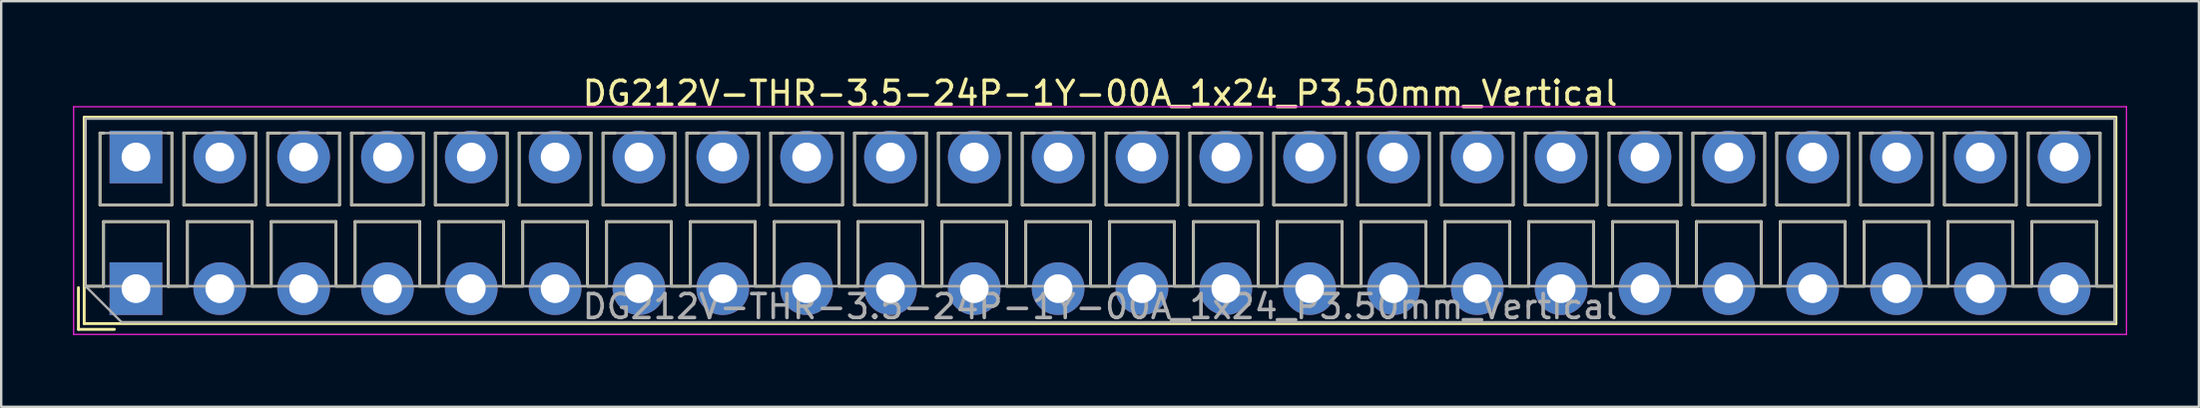
<source format=kicad_pcb>
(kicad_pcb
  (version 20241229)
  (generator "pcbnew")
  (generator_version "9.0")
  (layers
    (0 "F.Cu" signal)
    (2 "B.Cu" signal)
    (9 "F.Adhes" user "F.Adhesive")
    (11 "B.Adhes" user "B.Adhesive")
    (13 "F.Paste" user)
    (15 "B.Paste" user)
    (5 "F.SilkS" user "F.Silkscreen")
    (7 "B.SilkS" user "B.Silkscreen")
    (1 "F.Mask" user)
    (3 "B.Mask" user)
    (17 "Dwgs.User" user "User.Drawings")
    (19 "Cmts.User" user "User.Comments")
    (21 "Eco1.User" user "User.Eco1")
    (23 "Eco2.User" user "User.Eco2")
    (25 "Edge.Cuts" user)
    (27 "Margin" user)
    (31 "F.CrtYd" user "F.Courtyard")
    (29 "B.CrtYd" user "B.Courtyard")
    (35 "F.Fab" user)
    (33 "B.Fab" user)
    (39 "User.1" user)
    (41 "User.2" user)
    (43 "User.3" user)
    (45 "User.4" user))
  (footprint "DG212V-THR-3.5-24P-1Y-00A_1x24_P3.50mm_Vertical"
    (layer "F.Cu")
    (at 2.625 9.008)
    (property "Reference" "DG212V-THR-3.5-24P-1Y-00A_1x24_P3.50mm_Vertical" (at 40.25 -8.16 0) (layer "F.SilkS") (effects (font (size 1 1) (thickness 0.15))))
    (attr through_hole)
    (fp_line (start -2.4 -0.04) (end -2.4 1.7) (stroke (width 0.12) (type solid)) (layer "F.SilkS"))
    (fp_line (start -2.4 1.7) (end -0.9 1.7) (stroke (width 0.12) (type solid)) (layer "F.SilkS"))
    (fp_line (start -2.16 -7.16) (end -2.16 1.46) (stroke (width 0.12) (type solid)) (layer "F.SilkS"))
    (fp_line (start -2.16 -7.16) (end 82.661 -7.16) (stroke (width 0.12) (type solid)) (layer "F.SilkS"))
    (fp_line (start -2.16 -0.1) (end -1.34 -0.1) (stroke (width 0.12) (type solid)) (layer "F.SilkS"))
    (fp_line (start -2.16 1.46) (end 82.661 1.46) (stroke (width 0.12) (type solid)) (layer "F.SilkS"))
    (fp_line (start -1.5 -6.5) (end -1.5 -3.5) (stroke (width 0.12) (type solid)) (layer "F.SilkS"))
    (fp_line (start -1.5 -6.5) (end -1.34 -6.5) (stroke (width 0.12) (type solid)) (layer "F.SilkS"))
    (fp_line (start -1.5 -3.5) (end 1.5 -3.5) (stroke (width 0.12) (type solid)) (layer "F.SilkS"))
    (fp_line (start -1.35 -2.8) (end -1.35 -0.1) (stroke (width 0.12) (type solid)) (layer "F.SilkS"))
    (fp_line (start -1.35 -2.8) (end 1.35 -2.8) (stroke (width 0.12) (type solid)) (layer "F.SilkS"))
    (fp_line (start -1.35 -0.1) (end -1.34 -0.1) (stroke (width 0.12) (type solid)) (layer "F.SilkS"))
    (fp_line (start 1.34 -6.5) (end 1.5 -6.5) (stroke (width 0.12) (type solid)) (layer "F.SilkS"))
    (fp_line (start 1.34 -0.1) (end 1.35 -0.1) (stroke (width 0.12) (type solid)) (layer "F.SilkS"))
    (fp_line (start 1.34 -0.1) (end 2.148 -0.1) (stroke (width 0.12) (type solid)) (layer "F.SilkS"))
    (fp_line (start 1.35 -2.8) (end 1.35 -0.1) (stroke (width 0.12) (type solid)) (layer "F.SilkS"))
    (fp_line (start 1.5 -6.5) (end 1.5 -3.5) (stroke (width 0.12) (type solid)) (layer "F.SilkS"))
    (fp_line (start 2 -6.5) (end 2 -3.5) (stroke (width 0.12) (type solid)) (layer "F.SilkS"))
    (fp_line (start 2 -6.5) (end 2.512 -6.5) (stroke (width 0.12) (type solid)) (layer "F.SilkS"))
    (fp_line (start 2 -3.5) (end 5 -3.5) (stroke (width 0.12) (type solid)) (layer "F.SilkS"))
    (fp_line (start 2.15 -2.8) (end 2.15 -0.183) (stroke (width 0.12) (type solid)) (layer "F.SilkS"))
    (fp_line (start 2.15 -2.8) (end 4.85 -2.8) (stroke (width 0.12) (type solid)) (layer "F.SilkS"))
    (fp_line (start 4.489 -6.5) (end 5 -6.5) (stroke (width 0.12) (type solid)) (layer "F.SilkS"))
    (fp_line (start 4.85 -2.8) (end 4.85 -0.183) (stroke (width 0.12) (type solid)) (layer "F.SilkS"))
    (fp_line (start 4.853 -0.1) (end 5.648 -0.1) (stroke (width 0.12) (type solid)) (layer "F.SilkS"))
    (fp_line (start 5 -6.5) (end 5 -3.5) (stroke (width 0.12) (type solid)) (layer "F.SilkS"))
    (fp_line (start 5.5 -6.5) (end 5.5 -3.5) (stroke (width 0.12) (type solid)) (layer "F.SilkS"))
    (fp_line (start 5.5 -6.5) (end 6.012 -6.5) (stroke (width 0.12) (type solid)) (layer "F.SilkS"))
    (fp_line (start 5.5 -3.5) (end 8.5 -3.5) (stroke (width 0.12) (type solid)) (layer "F.SilkS"))
    (fp_line (start 5.65 -2.8) (end 5.65 -0.183) (stroke (width 0.12) (type solid)) (layer "F.SilkS"))
    (fp_line (start 5.65 -2.8) (end 8.351 -2.8) (stroke (width 0.12) (type solid)) (layer "F.SilkS"))
    (fp_line (start 7.989 -6.5) (end 8.5 -6.5) (stroke (width 0.12) (type solid)) (layer "F.SilkS"))
    (fp_line (start 8.351 -2.8) (end 8.351 -0.183) (stroke (width 0.12) (type solid)) (layer "F.SilkS"))
    (fp_line (start 8.353 -0.1) (end 9.148 -0.1) (stroke (width 0.12) (type solid)) (layer "F.SilkS"))
    (fp_line (start 8.5 -6.5) (end 8.5 -3.5) (stroke (width 0.12) (type solid)) (layer "F.SilkS"))
    (fp_line (start 9 -6.5) (end 9 -3.5) (stroke (width 0.12) (type solid)) (layer "F.SilkS"))
    (fp_line (start 9 -6.5) (end 9.512 -6.5) (stroke (width 0.12) (type solid)) (layer "F.SilkS"))
    (fp_line (start 9 -3.5) (end 12 -3.5) (stroke (width 0.12) (type solid)) (layer "F.SilkS"))
    (fp_line (start 9.15 -2.8) (end 9.15 -0.183) (stroke (width 0.12) (type solid)) (layer "F.SilkS"))
    (fp_line (start 9.15 -2.8) (end 11.851 -2.8) (stroke (width 0.12) (type solid)) (layer "F.SilkS"))
    (fp_line (start 11.489 -6.5) (end 12 -6.5) (stroke (width 0.12) (type solid)) (layer "F.SilkS"))
    (fp_line (start 11.851 -2.8) (end 11.851 -0.183) (stroke (width 0.12) (type solid)) (layer "F.SilkS"))
    (fp_line (start 11.853 -0.1) (end 12.648 -0.1) (stroke (width 0.12) (type solid)) (layer "F.SilkS"))
    (fp_line (start 12 -6.5) (end 12 -3.5) (stroke (width 0.12) (type solid)) (layer "F.SilkS"))
    (fp_line (start 12.5 -6.5) (end 12.5 -3.5) (stroke (width 0.12) (type solid)) (layer "F.SilkS"))
    (fp_line (start 12.5 -6.5) (end 13.012 -6.5) (stroke (width 0.12) (type solid)) (layer "F.SilkS"))
    (fp_line (start 12.5 -3.5) (end 15.5 -3.5) (stroke (width 0.12) (type solid)) (layer "F.SilkS"))
    (fp_line (start 12.65 -2.8) (end 12.65 -0.183) (stroke (width 0.12) (type solid)) (layer "F.SilkS"))
    (fp_line (start 12.65 -2.8) (end 15.351 -2.8) (stroke (width 0.12) (type solid)) (layer "F.SilkS"))
    (fp_line (start 14.989 -6.5) (end 15.5 -6.5) (stroke (width 0.12) (type solid)) (layer "F.SilkS"))
    (fp_line (start 15.351 -2.8) (end 15.351 -0.183) (stroke (width 0.12) (type solid)) (layer "F.SilkS"))
    (fp_line (start 15.353 -0.1) (end 16.148 -0.1) (stroke (width 0.12) (type solid)) (layer "F.SilkS"))
    (fp_line (start 15.5 -6.5) (end 15.5 -3.5) (stroke (width 0.12) (type solid)) (layer "F.SilkS"))
    (fp_line (start 16 -6.5) (end 16 -3.5) (stroke (width 0.12) (type solid)) (layer "F.SilkS"))
    (fp_line (start 16 -6.5) (end 16.512 -6.5) (stroke (width 0.12) (type solid)) (layer "F.SilkS"))
    (fp_line (start 16 -3.5) (end 19 -3.5) (stroke (width 0.12) (type solid)) (layer "F.SilkS"))
    (fp_line (start 16.15 -2.8) (end 16.15 -0.183) (stroke (width 0.12) (type solid)) (layer "F.SilkS"))
    (fp_line (start 16.15 -2.8) (end 18.85 -2.8) (stroke (width 0.12) (type solid)) (layer "F.SilkS"))
    (fp_line (start 18.489 -6.5) (end 19 -6.5) (stroke (width 0.12) (type solid)) (layer "F.SilkS"))
    (fp_line (start 18.85 -2.8) (end 18.85 -0.183) (stroke (width 0.12) (type solid)) (layer "F.SilkS"))
    (fp_line (start 18.853 -0.1) (end 19.648 -0.1) (stroke (width 0.12) (type solid)) (layer "F.SilkS"))
    (fp_line (start 19 -6.5) (end 19 -3.5) (stroke (width 0.12) (type solid)) (layer "F.SilkS"))
    (fp_line (start 19.5 -6.5) (end 19.5 -3.5) (stroke (width 0.12) (type solid)) (layer "F.SilkS"))
    (fp_line (start 19.5 -6.5) (end 20.012 -6.5) (stroke (width 0.12) (type solid)) (layer "F.SilkS"))
    (fp_line (start 19.5 -3.5) (end 22.5 -3.5) (stroke (width 0.12) (type solid)) (layer "F.SilkS"))
    (fp_line (start 19.65 -2.8) (end 19.65 -0.183) (stroke (width 0.12) (type solid)) (layer "F.SilkS"))
    (fp_line (start 19.65 -2.8) (end 22.35 -2.8) (stroke (width 0.12) (type solid)) (layer "F.SilkS"))
    (fp_line (start 21.989 -6.5) (end 22.5 -6.5) (stroke (width 0.12) (type solid)) (layer "F.SilkS"))
    (fp_line (start 22.35 -2.8) (end 22.35 -0.183) (stroke (width 0.12) (type solid)) (layer "F.SilkS"))
    (fp_line (start 22.353 -0.1) (end 23.148 -0.1) (stroke (width 0.12) (type solid)) (layer "F.SilkS"))
    (fp_line (start 22.5 -6.5) (end 22.5 -3.5) (stroke (width 0.12) (type solid)) (layer "F.SilkS"))
    (fp_line (start 23 -6.5) (end 23 -3.5) (stroke (width 0.12) (type solid)) (layer "F.SilkS"))
    (fp_line (start 23 -6.5) (end 23.512 -6.5) (stroke (width 0.12) (type solid)) (layer "F.SilkS"))
    (fp_line (start 23 -3.5) (end 26 -3.5) (stroke (width 0.12) (type solid)) (layer "F.SilkS"))
    (fp_line (start 23.15 -2.8) (end 23.15 -0.183) (stroke (width 0.12) (type solid)) (layer "F.SilkS"))
    (fp_line (start 23.15 -2.8) (end 25.85 -2.8) (stroke (width 0.12) (type solid)) (layer "F.SilkS"))
    (fp_line (start 25.489 -6.5) (end 26 -6.5) (stroke (width 0.12) (type solid)) (layer "F.SilkS"))
    (fp_line (start 25.85 -2.8) (end 25.85 -0.183) (stroke (width 0.12) (type solid)) (layer "F.SilkS"))
    (fp_line (start 25.853 -0.1) (end 26.648 -0.1) (stroke (width 0.12) (type solid)) (layer "F.SilkS"))
    (fp_line (start 26 -6.5) (end 26 -3.5) (stroke (width 0.12) (type solid)) (layer "F.SilkS"))
    (fp_line (start 26.5 -6.5) (end 26.5 -3.5) (stroke (width 0.12) (type solid)) (layer "F.SilkS"))
    (fp_line (start 26.5 -6.5) (end 27.012 -6.5) (stroke (width 0.12) (type solid)) (layer "F.SilkS"))
    (fp_line (start 26.5 -3.5) (end 29.5 -3.5) (stroke (width 0.12) (type solid)) (layer "F.SilkS"))
    (fp_line (start 26.65 -2.8) (end 26.65 -0.183) (stroke (width 0.12) (type solid)) (layer "F.SilkS"))
    (fp_line (start 26.65 -2.8) (end 29.35 -2.8) (stroke (width 0.12) (type solid)) (layer "F.SilkS"))
    (fp_line (start 28.989 -6.5) (end 29.5 -6.5) (stroke (width 0.12) (type solid)) (layer "F.SilkS"))
    (fp_line (start 29.35 -2.8) (end 29.35 -0.183) (stroke (width 0.12) (type solid)) (layer "F.SilkS"))
    (fp_line (start 29.353 -0.1) (end 30.148 -0.1) (stroke (width 0.12) (type solid)) (layer "F.SilkS"))
    (fp_line (start 29.5 -6.5) (end 29.5 -3.5) (stroke (width 0.12) (type solid)) (layer "F.SilkS"))
    (fp_line (start 30 -6.5) (end 30 -3.5) (stroke (width 0.12) (type solid)) (layer "F.SilkS"))
    (fp_line (start 30 -6.5) (end 30.512 -6.5) (stroke (width 0.12) (type solid)) (layer "F.SilkS"))
    (fp_line (start 30 -3.5) (end 33 -3.5) (stroke (width 0.12) (type solid)) (layer "F.SilkS"))
    (fp_line (start 30.15 -2.8) (end 30.15 -0.183) (stroke (width 0.12) (type solid)) (layer "F.SilkS"))
    (fp_line (start 30.15 -2.8) (end 32.85 -2.8) (stroke (width 0.12) (type solid)) (layer "F.SilkS"))
    (fp_line (start 32.489 -6.5) (end 33 -6.5) (stroke (width 0.12) (type solid)) (layer "F.SilkS"))
    (fp_line (start 32.85 -2.8) (end 32.85 -0.183) (stroke (width 0.12) (type solid)) (layer "F.SilkS"))
    (fp_line (start 32.853 -0.1) (end 33.648 -0.1) (stroke (width 0.12) (type solid)) (layer "F.SilkS"))
    (fp_line (start 33 -6.5) (end 33 -3.5) (stroke (width 0.12) (type solid)) (layer "F.SilkS"))
    (fp_line (start 33.5 -6.5) (end 33.5 -3.5) (stroke (width 0.12) (type solid)) (layer "F.SilkS"))
    (fp_line (start 33.5 -6.5) (end 34.012 -6.5) (stroke (width 0.12) (type solid)) (layer "F.SilkS"))
    (fp_line (start 33.5 -3.5) (end 36.5 -3.5) (stroke (width 0.12) (type solid)) (layer "F.SilkS"))
    (fp_line (start 33.65 -2.8) (end 33.65 -0.183) (stroke (width 0.12) (type solid)) (layer "F.SilkS"))
    (fp_line (start 33.65 -2.8) (end 36.35 -2.8) (stroke (width 0.12) (type solid)) (layer "F.SilkS"))
    (fp_line (start 35.989 -6.5) (end 36.5 -6.5) (stroke (width 0.12) (type solid)) (layer "F.SilkS"))
    (fp_line (start 36.35 -2.8) (end 36.35 -0.183) (stroke (width 0.12) (type solid)) (layer "F.SilkS"))
    (fp_line (start 36.353 -0.1) (end 37.148 -0.1) (stroke (width 0.12) (type solid)) (layer "F.SilkS"))
    (fp_line (start 36.5 -6.5) (end 36.5 -3.5) (stroke (width 0.12) (type solid)) (layer "F.SilkS"))
    (fp_line (start 37 -6.5) (end 37 -3.5) (stroke (width 0.12) (type solid)) (layer "F.SilkS"))
    (fp_line (start 37 -6.5) (end 37.512 -6.5) (stroke (width 0.12) (type solid)) (layer "F.SilkS"))
    (fp_line (start 37 -3.5) (end 40 -3.5) (stroke (width 0.12) (type solid)) (layer "F.SilkS"))
    (fp_line (start 37.15 -2.8) (end 37.15 -0.183) (stroke (width 0.12) (type solid)) (layer "F.SilkS"))
    (fp_line (start 37.15 -2.8) (end 39.85 -2.8) (stroke (width 0.12) (type solid)) (layer "F.SilkS"))
    (fp_line (start 39.489 -6.5) (end 40 -6.5) (stroke (width 0.12) (type solid)) (layer "F.SilkS"))
    (fp_line (start 39.85 -2.8) (end 39.85 -0.183) (stroke (width 0.12) (type solid)) (layer "F.SilkS"))
    (fp_line (start 39.853 -0.1) (end 40.648 -0.1) (stroke (width 0.12) (type solid)) (layer "F.SilkS"))
    (fp_line (start 40 -6.5) (end 40 -3.5) (stroke (width 0.12) (type solid)) (layer "F.SilkS"))
    (fp_line (start 40.5 -6.5) (end 40.5 -3.5) (stroke (width 0.12) (type solid)) (layer "F.SilkS"))
    (fp_line (start 40.5 -6.5) (end 41.012 -6.5) (stroke (width 0.12) (type solid)) (layer "F.SilkS"))
    (fp_line (start 40.5 -3.5) (end 43.5 -3.5) (stroke (width 0.12) (type solid)) (layer "F.SilkS"))
    (fp_line (start 40.65 -2.8) (end 40.65 -0.183) (stroke (width 0.12) (type solid)) (layer "F.SilkS"))
    (fp_line (start 40.65 -2.8) (end 43.35 -2.8) (stroke (width 0.12) (type solid)) (layer "F.SilkS"))
    (fp_line (start 42.989 -6.5) (end 43.5 -6.5) (stroke (width 0.12) (type solid)) (layer "F.SilkS"))
    (fp_line (start 43.35 -2.8) (end 43.35 -0.183) (stroke (width 0.12) (type solid)) (layer "F.SilkS"))
    (fp_line (start 43.353 -0.1) (end 44.148 -0.1) (stroke (width 0.12) (type solid)) (layer "F.SilkS"))
    (fp_line (start 43.5 -6.5) (end 43.5 -3.5) (stroke (width 0.12) (type solid)) (layer "F.SilkS"))
    (fp_line (start 44 -6.5) (end 44 -3.5) (stroke (width 0.12) (type solid)) (layer "F.SilkS"))
    (fp_line (start 44 -6.5) (end 44.512 -6.5) (stroke (width 0.12) (type solid)) (layer "F.SilkS"))
    (fp_line (start 44 -3.5) (end 47 -3.5) (stroke (width 0.12) (type solid)) (layer "F.SilkS"))
    (fp_line (start 44.15 -2.8) (end 44.15 -0.183) (stroke (width 0.12) (type solid)) (layer "F.SilkS"))
    (fp_line (start 44.15 -2.8) (end 46.85 -2.8) (stroke (width 0.12) (type solid)) (layer "F.SilkS"))
    (fp_line (start 46.489 -6.5) (end 47 -6.5) (stroke (width 0.12) (type solid)) (layer "F.SilkS"))
    (fp_line (start 46.85 -2.8) (end 46.85 -0.183) (stroke (width 0.12) (type solid)) (layer "F.SilkS"))
    (fp_line (start 46.853 -0.1) (end 47.648 -0.1) (stroke (width 0.12) (type solid)) (layer "F.SilkS"))
    (fp_line (start 47 -6.5) (end 47 -3.5) (stroke (width 0.12) (type solid)) (layer "F.SilkS"))
    (fp_line (start 47.5 -6.5) (end 47.5 -3.5) (stroke (width 0.12) (type solid)) (layer "F.SilkS"))
    (fp_line (start 47.5 -6.5) (end 48.012 -6.5) (stroke (width 0.12) (type solid)) (layer "F.SilkS"))
    (fp_line (start 47.5 -3.5) (end 50.5 -3.5) (stroke (width 0.12) (type solid)) (layer "F.SilkS"))
    (fp_line (start 47.65 -2.8) (end 47.65 -0.183) (stroke (width 0.12) (type solid)) (layer "F.SilkS"))
    (fp_line (start 47.65 -2.8) (end 50.35 -2.8) (stroke (width 0.12) (type solid)) (layer "F.SilkS"))
    (fp_line (start 49.989 -6.5) (end 50.5 -6.5) (stroke (width 0.12) (type solid)) (layer "F.SilkS"))
    (fp_line (start 50.35 -2.8) (end 50.35 -0.183) (stroke (width 0.12) (type solid)) (layer "F.SilkS"))
    (fp_line (start 50.353 -0.1) (end 51.148 -0.1) (stroke (width 0.12) (type solid)) (layer "F.SilkS"))
    (fp_line (start 50.5 -6.5) (end 50.5 -3.5) (stroke (width 0.12) (type solid)) (layer "F.SilkS"))
    (fp_line (start 51 -6.5) (end 51 -3.5) (stroke (width 0.12) (type solid)) (layer "F.SilkS"))
    (fp_line (start 51 -6.5) (end 51.512 -6.5) (stroke (width 0.12) (type solid)) (layer "F.SilkS"))
    (fp_line (start 51 -3.5) (end 54 -3.5) (stroke (width 0.12) (type solid)) (layer "F.SilkS"))
    (fp_line (start 51.15 -2.8) (end 51.15 -0.183) (stroke (width 0.12) (type solid)) (layer "F.SilkS"))
    (fp_line (start 51.15 -2.8) (end 53.85 -2.8) (stroke (width 0.12) (type solid)) (layer "F.SilkS"))
    (fp_line (start 53.489 -6.5) (end 54 -6.5) (stroke (width 0.12) (type solid)) (layer "F.SilkS"))
    (fp_line (start 53.85 -2.8) (end 53.85 -0.183) (stroke (width 0.12) (type solid)) (layer "F.SilkS"))
    (fp_line (start 53.853 -0.1) (end 54.648 -0.1) (stroke (width 0.12) (type solid)) (layer "F.SilkS"))
    (fp_line (start 54 -6.5) (end 54 -3.5) (stroke (width 0.12) (type solid)) (layer "F.SilkS"))
    (fp_line (start 54.5 -6.5) (end 54.5 -3.5) (stroke (width 0.12) (type solid)) (layer "F.SilkS"))
    (fp_line (start 54.5 -6.5) (end 55.012 -6.5) (stroke (width 0.12) (type solid)) (layer "F.SilkS"))
    (fp_line (start 54.5 -3.5) (end 57.5 -3.5) (stroke (width 0.12) (type solid)) (layer "F.SilkS"))
    (fp_line (start 54.65 -2.8) (end 54.65 -0.183) (stroke (width 0.12) (type solid)) (layer "F.SilkS"))
    (fp_line (start 54.65 -2.8) (end 57.35 -2.8) (stroke (width 0.12) (type solid)) (layer "F.SilkS"))
    (fp_line (start 56.989 -6.5) (end 57.5 -6.5) (stroke (width 0.12) (type solid)) (layer "F.SilkS"))
    (fp_line (start 57.35 -2.8) (end 57.35 -0.183) (stroke (width 0.12) (type solid)) (layer "F.SilkS"))
    (fp_line (start 57.353 -0.1) (end 58.148 -0.1) (stroke (width 0.12) (type solid)) (layer "F.SilkS"))
    (fp_line (start 57.5 -6.5) (end 57.5 -3.5) (stroke (width 0.12) (type solid)) (layer "F.SilkS"))
    (fp_line (start 58 -6.5) (end 58 -3.5) (stroke (width 0.12) (type solid)) (layer "F.SilkS"))
    (fp_line (start 58 -6.5) (end 58.512 -6.5) (stroke (width 0.12) (type solid)) (layer "F.SilkS"))
    (fp_line (start 58 -3.5) (end 61 -3.5) (stroke (width 0.12) (type solid)) (layer "F.SilkS"))
    (fp_line (start 58.15 -2.8) (end 58.15 -0.183) (stroke (width 0.12) (type solid)) (layer "F.SilkS"))
    (fp_line (start 58.15 -2.8) (end 60.85 -2.8) (stroke (width 0.12) (type solid)) (layer "F.SilkS"))
    (fp_line (start 60.489 -6.5) (end 61 -6.5) (stroke (width 0.12) (type solid)) (layer "F.SilkS"))
    (fp_line (start 60.85 -2.8) (end 60.85 -0.183) (stroke (width 0.12) (type solid)) (layer "F.SilkS"))
    (fp_line (start 60.853 -0.1) (end 61.648 -0.1) (stroke (width 0.12) (type solid)) (layer "F.SilkS"))
    (fp_line (start 61 -6.5) (end 61 -3.5) (stroke (width 0.12) (type solid)) (layer "F.SilkS"))
    (fp_line (start 61.5 -6.5) (end 61.5 -3.5) (stroke (width 0.12) (type solid)) (layer "F.SilkS"))
    (fp_line (start 61.5 -6.5) (end 62.012 -6.5) (stroke (width 0.12) (type solid)) (layer "F.SilkS"))
    (fp_line (start 61.5 -3.5) (end 64.5 -3.5) (stroke (width 0.12) (type solid)) (layer "F.SilkS"))
    (fp_line (start 61.65 -2.8) (end 61.65 -0.183) (stroke (width 0.12) (type solid)) (layer "F.SilkS"))
    (fp_line (start 61.65 -2.8) (end 64.35 -2.8) (stroke (width 0.12) (type solid)) (layer "F.SilkS"))
    (fp_line (start 63.989 -6.5) (end 64.5 -6.5) (stroke (width 0.12) (type solid)) (layer "F.SilkS"))
    (fp_line (start 64.35 -2.8) (end 64.35 -0.183) (stroke (width 0.12) (type solid)) (layer "F.SilkS"))
    (fp_line (start 64.353 -0.1) (end 65.148 -0.1) (stroke (width 0.12) (type solid)) (layer "F.SilkS"))
    (fp_line (start 64.5 -6.5) (end 64.5 -3.5) (stroke (width 0.12) (type solid)) (layer "F.SilkS"))
    (fp_line (start 65 -6.5) (end 65 -3.5) (stroke (width 0.12) (type solid)) (layer "F.SilkS"))
    (fp_line (start 65 -6.5) (end 65.512 -6.5) (stroke (width 0.12) (type solid)) (layer "F.SilkS"))
    (fp_line (start 65 -3.5) (end 68 -3.5) (stroke (width 0.12) (type solid)) (layer "F.SilkS"))
    (fp_line (start 65.151 -2.8) (end 65.151 -0.183) (stroke (width 0.12) (type solid)) (layer "F.SilkS"))
    (fp_line (start 65.151 -2.8) (end 67.85 -2.8) (stroke (width 0.12) (type solid)) (layer "F.SilkS"))
    (fp_line (start 67.489 -6.5) (end 68 -6.5) (stroke (width 0.12) (type solid)) (layer "F.SilkS"))
    (fp_line (start 67.85 -2.8) (end 67.85 -0.183) (stroke (width 0.12) (type solid)) (layer "F.SilkS"))
    (fp_line (start 67.853 -0.1) (end 68.648 -0.1) (stroke (width 0.12) (type solid)) (layer "F.SilkS"))
    (fp_line (start 68 -6.5) (end 68 -3.5) (stroke (width 0.12) (type solid)) (layer "F.SilkS"))
    (fp_line (start 68.5 -6.5) (end 68.5 -3.5) (stroke (width 0.12) (type solid)) (layer "F.SilkS"))
    (fp_line (start 68.5 -6.5) (end 69.012 -6.5) (stroke (width 0.12) (type solid)) (layer "F.SilkS"))
    (fp_line (start 68.5 -3.5) (end 71.5 -3.5) (stroke (width 0.12) (type solid)) (layer "F.SilkS"))
    (fp_line (start 68.65 -2.8) (end 68.65 -0.183) (stroke (width 0.12) (type solid)) (layer "F.SilkS"))
    (fp_line (start 68.65 -2.8) (end 71.35 -2.8) (stroke (width 0.12) (type solid)) (layer "F.SilkS"))
    (fp_line (start 70.989 -6.5) (end 71.5 -6.5) (stroke (width 0.12) (type solid)) (layer "F.SilkS"))
    (fp_line (start 71.35 -2.8) (end 71.35 -0.183) (stroke (width 0.12) (type solid)) (layer "F.SilkS"))
    (fp_line (start 71.353 -0.1) (end 72.148 -0.1) (stroke (width 0.12) (type solid)) (layer "F.SilkS"))
    (fp_line (start 71.5 -6.5) (end 71.5 -3.5) (stroke (width 0.12) (type solid)) (layer "F.SilkS"))
    (fp_line (start 72 -6.5) (end 72 -3.5) (stroke (width 0.12) (type solid)) (layer "F.SilkS"))
    (fp_line (start 72 -6.5) (end 72.512 -6.5) (stroke (width 0.12) (type solid)) (layer "F.SilkS"))
    (fp_line (start 72 -3.5) (end 75 -3.5) (stroke (width 0.12) (type solid)) (layer "F.SilkS"))
    (fp_line (start 72.15 -2.8) (end 72.15 -0.183) (stroke (width 0.12) (type solid)) (layer "F.SilkS"))
    (fp_line (start 72.15 -2.8) (end 74.85 -2.8) (stroke (width 0.12) (type solid)) (layer "F.SilkS"))
    (fp_line (start 74.489 -6.5) (end 75 -6.5) (stroke (width 0.12) (type solid)) (layer "F.SilkS"))
    (fp_line (start 74.85 -2.8) (end 74.85 -0.183) (stroke (width 0.12) (type solid)) (layer "F.SilkS"))
    (fp_line (start 74.853 -0.1) (end 75.648 -0.1) (stroke (width 0.12) (type solid)) (layer "F.SilkS"))
    (fp_line (start 75 -6.5) (end 75 -3.5) (stroke (width 0.12) (type solid)) (layer "F.SilkS"))
    (fp_line (start 75.5 -6.5) (end 75.5 -3.5) (stroke (width 0.12) (type solid)) (layer "F.SilkS"))
    (fp_line (start 75.5 -6.5) (end 76.012 -6.5) (stroke (width 0.12) (type solid)) (layer "F.SilkS"))
    (fp_line (start 75.5 -3.5) (end 78.5 -3.5) (stroke (width 0.12) (type solid)) (layer "F.SilkS"))
    (fp_line (start 75.65 -2.8) (end 75.65 -0.183) (stroke (width 0.12) (type solid)) (layer "F.SilkS"))
    (fp_line (start 75.65 -2.8) (end 78.35 -2.8) (stroke (width 0.12) (type solid)) (layer "F.SilkS"))
    (fp_line (start 77.989 -6.5) (end 78.5 -6.5) (stroke (width 0.12) (type solid)) (layer "F.SilkS"))
    (fp_line (start 78.35 -2.8) (end 78.35 -0.183) (stroke (width 0.12) (type solid)) (layer "F.SilkS"))
    (fp_line (start 78.353 -0.1) (end 79.148 -0.1) (stroke (width 0.12) (type solid)) (layer "F.SilkS"))
    (fp_line (start 78.5 -6.5) (end 78.5 -3.5) (stroke (width 0.12) (type solid)) (layer "F.SilkS"))
    (fp_line (start 79 -6.5) (end 79 -3.5) (stroke (width 0.12) (type solid)) (layer "F.SilkS"))
    (fp_line (start 79 -6.5) (end 79.512 -6.5) (stroke (width 0.12) (type solid)) (layer "F.SilkS"))
    (fp_line (start 79 -3.5) (end 82 -3.5) (stroke (width 0.12) (type solid)) (layer "F.SilkS"))
    (fp_line (start 79.15 -2.8) (end 79.15 -0.183) (stroke (width 0.12) (type solid)) (layer "F.SilkS"))
    (fp_line (start 79.15 -2.8) (end 81.85 -2.8) (stroke (width 0.12) (type solid)) (layer "F.SilkS"))
    (fp_line (start 81.489 -6.5) (end 82 -6.5) (stroke (width 0.12) (type solid)) (layer "F.SilkS"))
    (fp_line (start 81.85 -2.8) (end 81.85 -0.183) (stroke (width 0.12) (type solid)) (layer "F.SilkS"))
    (fp_line (start 81.853 -0.1) (end 82.661 -0.1) (stroke (width 0.12) (type solid)) (layer "F.SilkS"))
    (fp_line (start 82 -6.5) (end 82 -3.5) (stroke (width 0.12) (type solid)) (layer "F.SilkS"))
    (fp_line (start 82.661 -7.16) (end 82.661 1.46) (stroke (width 0.12) (type solid)) (layer "F.SilkS"))
    (fp_line (start -2.6 -7.6) (end -2.6 1.91) (stroke (width 0.05) (type solid)) (layer "F.CrtYd"))
    (fp_line (start -2.6 1.91) (end 83.1 1.91) (stroke (width 0.05) (type solid)) (layer "F.CrtYd"))
    (fp_line (start 83.1 -7.6) (end -2.6 -7.6) (stroke (width 0.05) (type solid)) (layer "F.CrtYd"))
    (fp_line (start 83.1 1.91) (end 83.1 -7.6) (stroke (width 0.05) (type solid)) (layer "F.CrtYd"))
    (fp_line (start -2.1 -7.1) (end 82.6 -7.1) (stroke (width 0.1) (type solid)) (layer "F.Fab"))
    (fp_line (start -2.1 -0.1) (end -2.1 -7.1) (stroke (width 0.1) (type solid)) (layer "F.Fab"))
    (fp_line (start -2.1 -0.1) (end 82.6 -0.1) (stroke (width 0.1) (type solid)) (layer "F.Fab"))
    (fp_line (start -1.5 -6.5) (end -1.5 -3.5) (stroke (width 0.1) (type solid)) (layer "F.Fab"))
    (fp_line (start -1.5 -3.5) (end 1.5 -3.5) (stroke (width 0.1) (type solid)) (layer "F.Fab"))
    (fp_line (start -1.35 -2.8) (end -1.35 -0.1) (stroke (width 0.1) (type solid)) (layer "F.Fab"))
    (fp_line (start -1.35 -0.1) (end 1.35 -0.1) (stroke (width 0.1) (type solid)) (layer "F.Fab"))
    (fp_line (start -0.6 1.4) (end -2.1 -0.1) (stroke (width 0.1) (type solid)) (layer "F.Fab"))
    (fp_line (start 1.35 -2.8) (end -1.35 -2.8) (stroke (width 0.1) (type solid)) (layer "F.Fab"))
    (fp_line (start 1.35 -0.1) (end 1.35 -2.8) (stroke (width 0.1) (type solid)) (layer "F.Fab"))
    (fp_line (start 1.5 -6.5) (end -1.5 -6.5) (stroke (width 0.1) (type solid)) (layer "F.Fab"))
    (fp_line (start 1.5 -3.5) (end 1.5 -6.5) (stroke (width 0.1) (type solid)) (layer "F.Fab"))
    (fp_line (start 2 -6.5) (end 2 -3.5) (stroke (width 0.1) (type solid)) (layer "F.Fab"))
    (fp_line (start 2 -3.5) (end 5 -3.5) (stroke (width 0.1) (type solid)) (layer "F.Fab"))
    (fp_line (start 2.15 -2.8) (end 2.15 -0.1) (stroke (width 0.1) (type solid)) (layer "F.Fab"))
    (fp_line (start 2.15 -0.1) (end 4.85 -0.1) (stroke (width 0.1) (type solid)) (layer "F.Fab"))
    (fp_line (start 4.85 -2.8) (end 2.15 -2.8) (stroke (width 0.1) (type solid)) (layer "F.Fab"))
    (fp_line (start 4.85 -0.1) (end 4.85 -2.8) (stroke (width 0.1) (type solid)) (layer "F.Fab"))
    (fp_line (start 5 -6.5) (end 2 -6.5) (stroke (width 0.1) (type solid)) (layer "F.Fab"))
    (fp_line (start 5 -3.5) (end 5 -6.5) (stroke (width 0.1) (type solid)) (layer "F.Fab"))
    (fp_line (start 5.5 -6.5) (end 5.5 -3.5) (stroke (width 0.1) (type solid)) (layer "F.Fab"))
    (fp_line (start 5.5 -3.5) (end 8.5 -3.5) (stroke (width 0.1) (type solid)) (layer "F.Fab"))
    (fp_line (start 5.65 -2.8) (end 5.65 -0.1) (stroke (width 0.1) (type solid)) (layer "F.Fab"))
    (fp_line (start 5.65 -0.1) (end 8.351 -0.1) (stroke (width 0.1) (type solid)) (layer "F.Fab"))
    (fp_line (start 8.351 -2.8) (end 5.65 -2.8) (stroke (width 0.1) (type solid)) (layer "F.Fab"))
    (fp_line (start 8.351 -0.1) (end 8.351 -2.8) (stroke (width 0.1) (type solid)) (layer "F.Fab"))
    (fp_line (start 8.5 -6.5) (end 5.5 -6.5) (stroke (width 0.1) (type solid)) (layer "F.Fab"))
    (fp_line (start 8.5 -3.5) (end 8.5 -6.5) (stroke (width 0.1) (type solid)) (layer "F.Fab"))
    (fp_line (start 9 -6.5) (end 9 -3.5) (stroke (width 0.1) (type solid)) (layer "F.Fab"))
    (fp_line (start 9 -3.5) (end 12 -3.5) (stroke (width 0.1) (type solid)) (layer "F.Fab"))
    (fp_line (start 9.15 -2.8) (end 9.15 -0.1) (stroke (width 0.1) (type solid)) (layer "F.Fab"))
    (fp_line (start 9.15 -0.1) (end 11.851 -0.1) (stroke (width 0.1) (type solid)) (layer "F.Fab"))
    (fp_line (start 11.851 -2.8) (end 9.15 -2.8) (stroke (width 0.1) (type solid)) (layer "F.Fab"))
    (fp_line (start 11.851 -0.1) (end 11.851 -2.8) (stroke (width 0.1) (type solid)) (layer "F.Fab"))
    (fp_line (start 12 -6.5) (end 9 -6.5) (stroke (width 0.1) (type solid)) (layer "F.Fab"))
    (fp_line (start 12 -3.5) (end 12 -6.5) (stroke (width 0.1) (type solid)) (layer "F.Fab"))
    (fp_line (start 12.5 -6.5) (end 12.5 -3.5) (stroke (width 0.1) (type solid)) (layer "F.Fab"))
    (fp_line (start 12.5 -3.5) (end 15.5 -3.5) (stroke (width 0.1) (type solid)) (layer "F.Fab"))
    (fp_line (start 12.65 -2.8) (end 12.65 -0.1) (stroke (width 0.1) (type solid)) (layer "F.Fab"))
    (fp_line (start 12.65 -0.1) (end 15.351 -0.1) (stroke (width 0.1) (type solid)) (layer "F.Fab"))
    (fp_line (start 15.351 -2.8) (end 12.65 -2.8) (stroke (width 0.1) (type solid)) (layer "F.Fab"))
    (fp_line (start 15.351 -0.1) (end 15.351 -2.8) (stroke (width 0.1) (type solid)) (layer "F.Fab"))
    (fp_line (start 15.5 -6.5) (end 12.5 -6.5) (stroke (width 0.1) (type solid)) (layer "F.Fab"))
    (fp_line (start 15.5 -3.5) (end 15.5 -6.5) (stroke (width 0.1) (type solid)) (layer "F.Fab"))
    (fp_line (start 16 -6.5) (end 16 -3.5) (stroke (width 0.1) (type solid)) (layer "F.Fab"))
    (fp_line (start 16 -3.5) (end 19 -3.5) (stroke (width 0.1) (type solid)) (layer "F.Fab"))
    (fp_line (start 16.15 -2.8) (end 16.15 -0.1) (stroke (width 0.1) (type solid)) (layer "F.Fab"))
    (fp_line (start 16.15 -0.1) (end 18.85 -0.1) (stroke (width 0.1) (type solid)) (layer "F.Fab"))
    (fp_line (start 18.85 -2.8) (end 16.15 -2.8) (stroke (width 0.1) (type solid)) (layer "F.Fab"))
    (fp_line (start 18.85 -0.1) (end 18.85 -2.8) (stroke (width 0.1) (type solid)) (layer "F.Fab"))
    (fp_line (start 19 -6.5) (end 16 -6.5) (stroke (width 0.1) (type solid)) (layer "F.Fab"))
    (fp_line (start 19 -3.5) (end 19 -6.5) (stroke (width 0.1) (type solid)) (layer "F.Fab"))
    (fp_line (start 19.5 -6.5) (end 19.5 -3.5) (stroke (width 0.1) (type solid)) (layer "F.Fab"))
    (fp_line (start 19.5 -3.5) (end 22.5 -3.5) (stroke (width 0.1) (type solid)) (layer "F.Fab"))
    (fp_line (start 19.65 -2.8) (end 19.65 -0.1) (stroke (width 0.1) (type solid)) (layer "F.Fab"))
    (fp_line (start 19.65 -0.1) (end 22.35 -0.1) (stroke (width 0.1) (type solid)) (layer "F.Fab"))
    (fp_line (start 22.35 -2.8) (end 19.65 -2.8) (stroke (width 0.1) (type solid)) (layer "F.Fab"))
    (fp_line (start 22.35 -0.1) (end 22.35 -2.8) (stroke (width 0.1) (type solid)) (layer "F.Fab"))
    (fp_line (start 22.5 -6.5) (end 19.5 -6.5) (stroke (width 0.1) (type solid)) (layer "F.Fab"))
    (fp_line (start 22.5 -3.5) (end 22.5 -6.5) (stroke (width 0.1) (type solid)) (layer "F.Fab"))
    (fp_line (start 23 -6.5) (end 23 -3.5) (stroke (width 0.1) (type solid)) (layer "F.Fab"))
    (fp_line (start 23 -3.5) (end 26 -3.5) (stroke (width 0.1) (type solid)) (layer "F.Fab"))
    (fp_line (start 23.15 -2.8) (end 23.15 -0.1) (stroke (width 0.1) (type solid)) (layer "F.Fab"))
    (fp_line (start 23.15 -0.1) (end 25.85 -0.1) (stroke (width 0.1) (type solid)) (layer "F.Fab"))
    (fp_line (start 25.85 -2.8) (end 23.15 -2.8) (stroke (width 0.1) (type solid)) (layer "F.Fab"))
    (fp_line (start 25.85 -0.1) (end 25.85 -2.8) (stroke (width 0.1) (type solid)) (layer "F.Fab"))
    (fp_line (start 26 -6.5) (end 23 -6.5) (stroke (width 0.1) (type solid)) (layer "F.Fab"))
    (fp_line (start 26 -3.5) (end 26 -6.5) (stroke (width 0.1) (type solid)) (layer "F.Fab"))
    (fp_line (start 26.5 -6.5) (end 26.5 -3.5) (stroke (width 0.1) (type solid)) (layer "F.Fab"))
    (fp_line (start 26.5 -3.5) (end 29.5 -3.5) (stroke (width 0.1) (type solid)) (layer "F.Fab"))
    (fp_line (start 26.65 -2.8) (end 26.65 -0.1) (stroke (width 0.1) (type solid)) (layer "F.Fab"))
    (fp_line (start 26.65 -0.1) (end 29.35 -0.1) (stroke (width 0.1) (type solid)) (layer "F.Fab"))
    (fp_line (start 29.35 -2.8) (end 26.65 -2.8) (stroke (width 0.1) (type solid)) (layer "F.Fab"))
    (fp_line (start 29.35 -0.1) (end 29.35 -2.8) (stroke (width 0.1) (type solid)) (layer "F.Fab"))
    (fp_line (start 29.5 -6.5) (end 26.5 -6.5) (stroke (width 0.1) (type solid)) (layer "F.Fab"))
    (fp_line (start 29.5 -3.5) (end 29.5 -6.5) (stroke (width 0.1) (type solid)) (layer "F.Fab"))
    (fp_line (start 30 -6.5) (end 30 -3.5) (stroke (width 0.1) (type solid)) (layer "F.Fab"))
    (fp_line (start 30 -3.5) (end 33 -3.5) (stroke (width 0.1) (type solid)) (layer "F.Fab"))
    (fp_line (start 30.15 -2.8) (end 30.15 -0.1) (stroke (width 0.1) (type solid)) (layer "F.Fab"))
    (fp_line (start 30.15 -0.1) (end 32.85 -0.1) (stroke (width 0.1) (type solid)) (layer "F.Fab"))
    (fp_line (start 32.85 -2.8) (end 30.15 -2.8) (stroke (width 0.1) (type solid)) (layer "F.Fab"))
    (fp_line (start 32.85 -0.1) (end 32.85 -2.8) (stroke (width 0.1) (type solid)) (layer "F.Fab"))
    (fp_line (start 33 -6.5) (end 30 -6.5) (stroke (width 0.1) (type solid)) (layer "F.Fab"))
    (fp_line (start 33 -3.5) (end 33 -6.5) (stroke (width 0.1) (type solid)) (layer "F.Fab"))
    (fp_line (start 33.5 -6.5) (end 33.5 -3.5) (stroke (width 0.1) (type solid)) (layer "F.Fab"))
    (fp_line (start 33.5 -3.5) (end 36.5 -3.5) (stroke (width 0.1) (type solid)) (layer "F.Fab"))
    (fp_line (start 33.65 -2.8) (end 33.65 -0.1) (stroke (width 0.1) (type solid)) (layer "F.Fab"))
    (fp_line (start 33.65 -0.1) (end 36.35 -0.1) (stroke (width 0.1) (type solid)) (layer "F.Fab"))
    (fp_line (start 36.35 -2.8) (end 33.65 -2.8) (stroke (width 0.1) (type solid)) (layer "F.Fab"))
    (fp_line (start 36.35 -0.1) (end 36.35 -2.8) (stroke (width 0.1) (type solid)) (layer "F.Fab"))
    (fp_line (start 36.5 -6.5) (end 33.5 -6.5) (stroke (width 0.1) (type solid)) (layer "F.Fab"))
    (fp_line (start 36.5 -3.5) (end 36.5 -6.5) (stroke (width 0.1) (type solid)) (layer "F.Fab"))
    (fp_line (start 37 -6.5) (end 37 -3.5) (stroke (width 0.1) (type solid)) (layer "F.Fab"))
    (fp_line (start 37 -3.5) (end 40 -3.5) (stroke (width 0.1) (type solid)) (layer "F.Fab"))
    (fp_line (start 37.15 -2.8) (end 37.15 -0.1) (stroke (width 0.1) (type solid)) (layer "F.Fab"))
    (fp_line (start 37.15 -0.1) (end 39.85 -0.1) (stroke (width 0.1) (type solid)) (layer "F.Fab"))
    (fp_line (start 39.85 -2.8) (end 37.15 -2.8) (stroke (width 0.1) (type solid)) (layer "F.Fab"))
    (fp_line (start 39.85 -0.1) (end 39.85 -2.8) (stroke (width 0.1) (type solid)) (layer "F.Fab"))
    (fp_line (start 40 -6.5) (end 37 -6.5) (stroke (width 0.1) (type solid)) (layer "F.Fab"))
    (fp_line (start 40 -3.5) (end 40 -6.5) (stroke (width 0.1) (type solid)) (layer "F.Fab"))
    (fp_line (start 40.5 -6.5) (end 40.5 -3.5) (stroke (width 0.1) (type solid)) (layer "F.Fab"))
    (fp_line (start 40.5 -3.5) (end 43.5 -3.5) (stroke (width 0.1) (type solid)) (layer "F.Fab"))
    (fp_line (start 40.65 -2.8) (end 40.65 -0.1) (stroke (width 0.1) (type solid)) (layer "F.Fab"))
    (fp_line (start 40.65 -0.1) (end 43.35 -0.1) (stroke (width 0.1) (type solid)) (layer "F.Fab"))
    (fp_line (start 43.35 -2.8) (end 40.65 -2.8) (stroke (width 0.1) (type solid)) (layer "F.Fab"))
    (fp_line (start 43.35 -0.1) (end 43.35 -2.8) (stroke (width 0.1) (type solid)) (layer "F.Fab"))
    (fp_line (start 43.5 -6.5) (end 40.5 -6.5) (stroke (width 0.1) (type solid)) (layer "F.Fab"))
    (fp_line (start 43.5 -3.5) (end 43.5 -6.5) (stroke (width 0.1) (type solid)) (layer "F.Fab"))
    (fp_line (start 44 -6.5) (end 44 -3.5) (stroke (width 0.1) (type solid)) (layer "F.Fab"))
    (fp_line (start 44 -3.5) (end 47 -3.5) (stroke (width 0.1) (type solid)) (layer "F.Fab"))
    (fp_line (start 44.15 -2.8) (end 44.15 -0.1) (stroke (width 0.1) (type solid)) (layer "F.Fab"))
    (fp_line (start 44.15 -0.1) (end 46.85 -0.1) (stroke (width 0.1) (type solid)) (layer "F.Fab"))
    (fp_line (start 46.85 -2.8) (end 44.15 -2.8) (stroke (width 0.1) (type solid)) (layer "F.Fab"))
    (fp_line (start 46.85 -0.1) (end 46.85 -2.8) (stroke (width 0.1) (type solid)) (layer "F.Fab"))
    (fp_line (start 47 -6.5) (end 44 -6.5) (stroke (width 0.1) (type solid)) (layer "F.Fab"))
    (fp_line (start 47 -3.5) (end 47 -6.5) (stroke (width 0.1) (type solid)) (layer "F.Fab"))
    (fp_line (start 47.5 -6.5) (end 47.5 -3.5) (stroke (width 0.1) (type solid)) (layer "F.Fab"))
    (fp_line (start 47.5 -3.5) (end 50.5 -3.5) (stroke (width 0.1) (type solid)) (layer "F.Fab"))
    (fp_line (start 47.65 -2.8) (end 47.65 -0.1) (stroke (width 0.1) (type solid)) (layer "F.Fab"))
    (fp_line (start 47.65 -0.1) (end 50.35 -0.1) (stroke (width 0.1) (type solid)) (layer "F.Fab"))
    (fp_line (start 50.35 -2.8) (end 47.65 -2.8) (stroke (width 0.1) (type solid)) (layer "F.Fab"))
    (fp_line (start 50.35 -0.1) (end 50.35 -2.8) (stroke (width 0.1) (type solid)) (layer "F.Fab"))
    (fp_line (start 50.5 -6.5) (end 47.5 -6.5) (stroke (width 0.1) (type solid)) (layer "F.Fab"))
    (fp_line (start 50.5 -3.5) (end 50.5 -6.5) (stroke (width 0.1) (type solid)) (layer "F.Fab"))
    (fp_line (start 51 -6.5) (end 51 -3.5) (stroke (width 0.1) (type solid)) (layer "F.Fab"))
    (fp_line (start 51 -3.5) (end 54 -3.5) (stroke (width 0.1) (type solid)) (layer "F.Fab"))
    (fp_line (start 51.15 -2.8) (end 51.15 -0.1) (stroke (width 0.1) (type solid)) (layer "F.Fab"))
    (fp_line (start 51.15 -0.1) (end 53.85 -0.1) (stroke (width 0.1) (type solid)) (layer "F.Fab"))
    (fp_line (start 53.85 -2.8) (end 51.15 -2.8) (stroke (width 0.1) (type solid)) (layer "F.Fab"))
    (fp_line (start 53.85 -0.1) (end 53.85 -2.8) (stroke (width 0.1) (type solid)) (layer "F.Fab"))
    (fp_line (start 54 -6.5) (end 51 -6.5) (stroke (width 0.1) (type solid)) (layer "F.Fab"))
    (fp_line (start 54 -3.5) (end 54 -6.5) (stroke (width 0.1) (type solid)) (layer "F.Fab"))
    (fp_line (start 54.5 -6.5) (end 54.5 -3.5) (stroke (width 0.1) (type solid)) (layer "F.Fab"))
    (fp_line (start 54.5 -3.5) (end 57.5 -3.5) (stroke (width 0.1) (type solid)) (layer "F.Fab"))
    (fp_line (start 54.65 -2.8) (end 54.65 -0.1) (stroke (width 0.1) (type solid)) (layer "F.Fab"))
    (fp_line (start 54.65 -0.1) (end 57.35 -0.1) (stroke (width 0.1) (type solid)) (layer "F.Fab"))
    (fp_line (start 57.35 -2.8) (end 54.65 -2.8) (stroke (width 0.1) (type solid)) (layer "F.Fab"))
    (fp_line (start 57.35 -0.1) (end 57.35 -2.8) (stroke (width 0.1) (type solid)) (layer "F.Fab"))
    (fp_line (start 57.5 -6.5) (end 54.5 -6.5) (stroke (width 0.1) (type solid)) (layer "F.Fab"))
    (fp_line (start 57.5 -3.5) (end 57.5 -6.5) (stroke (width 0.1) (type solid)) (layer "F.Fab"))
    (fp_line (start 58 -6.5) (end 58 -3.5) (stroke (width 0.1) (type solid)) (layer "F.Fab"))
    (fp_line (start 58 -3.5) (end 61 -3.5) (stroke (width 0.1) (type solid)) (layer "F.Fab"))
    (fp_line (start 58.15 -2.8) (end 58.15 -0.1) (stroke (width 0.1) (type solid)) (layer "F.Fab"))
    (fp_line (start 58.15 -0.1) (end 60.85 -0.1) (stroke (width 0.1) (type solid)) (layer "F.Fab"))
    (fp_line (start 60.85 -2.8) (end 58.15 -2.8) (stroke (width 0.1) (type solid)) (layer "F.Fab"))
    (fp_line (start 60.85 -0.1) (end 60.85 -2.8) (stroke (width 0.1) (type solid)) (layer "F.Fab"))
    (fp_line (start 61 -6.5) (end 58 -6.5) (stroke (width 0.1) (type solid)) (layer "F.Fab"))
    (fp_line (start 61 -3.5) (end 61 -6.5) (stroke (width 0.1) (type solid)) (layer "F.Fab"))
    (fp_line (start 61.5 -6.5) (end 61.5 -3.5) (stroke (width 0.1) (type solid)) (layer "F.Fab"))
    (fp_line (start 61.5 -3.5) (end 64.5 -3.5) (stroke (width 0.1) (type solid)) (layer "F.Fab"))
    (fp_line (start 61.65 -2.8) (end 61.65 -0.1) (stroke (width 0.1) (type solid)) (layer "F.Fab"))
    (fp_line (start 61.65 -0.1) (end 64.35 -0.1) (stroke (width 0.1) (type solid)) (layer "F.Fab"))
    (fp_line (start 64.35 -2.8) (end 61.65 -2.8) (stroke (width 0.1) (type solid)) (layer "F.Fab"))
    (fp_line (start 64.35 -0.1) (end 64.35 -2.8) (stroke (width 0.1) (type solid)) (layer "F.Fab"))
    (fp_line (start 64.5 -6.5) (end 61.5 -6.5) (stroke (width 0.1) (type solid)) (layer "F.Fab"))
    (fp_line (start 64.5 -3.5) (end 64.5 -6.5) (stroke (width 0.1) (type solid)) (layer "F.Fab"))
    (fp_line (start 65 -6.5) (end 65 -3.5) (stroke (width 0.1) (type solid)) (layer "F.Fab"))
    (fp_line (start 65 -3.5) (end 68 -3.5) (stroke (width 0.1) (type solid)) (layer "F.Fab"))
    (fp_line (start 65.151 -2.8) (end 65.151 -0.1) (stroke (width 0.1) (type solid)) (layer "F.Fab"))
    (fp_line (start 65.151 -0.1) (end 67.85 -0.1) (stroke (width 0.1) (type solid)) (layer "F.Fab"))
    (fp_line (start 67.85 -2.8) (end 65.151 -2.8) (stroke (width 0.1) (type solid)) (layer "F.Fab"))
    (fp_line (start 67.85 -0.1) (end 67.85 -2.8) (stroke (width 0.1) (type solid)) (layer "F.Fab"))
    (fp_line (start 68 -6.5) (end 65 -6.5) (stroke (width 0.1) (type solid)) (layer "F.Fab"))
    (fp_line (start 68 -3.5) (end 68 -6.5) (stroke (width 0.1) (type solid)) (layer "F.Fab"))
    (fp_line (start 68.5 -6.5) (end 68.5 -3.5) (stroke (width 0.1) (type solid)) (layer "F.Fab"))
    (fp_line (start 68.5 -3.5) (end 71.5 -3.5) (stroke (width 0.1) (type solid)) (layer "F.Fab"))
    (fp_line (start 68.65 -2.8) (end 68.65 -0.1) (stroke (width 0.1) (type solid)) (layer "F.Fab"))
    (fp_line (start 68.65 -0.1) (end 71.35 -0.1) (stroke (width 0.1) (type solid)) (layer "F.Fab"))
    (fp_line (start 71.35 -2.8) (end 68.65 -2.8) (stroke (width 0.1) (type solid)) (layer "F.Fab"))
    (fp_line (start 71.35 -0.1) (end 71.35 -2.8) (stroke (width 0.1) (type solid)) (layer "F.Fab"))
    (fp_line (start 71.5 -6.5) (end 68.5 -6.5) (stroke (width 0.1) (type solid)) (layer "F.Fab"))
    (fp_line (start 71.5 -3.5) (end 71.5 -6.5) (stroke (width 0.1) (type solid)) (layer "F.Fab"))
    (fp_line (start 72 -6.5) (end 72 -3.5) (stroke (width 0.1) (type solid)) (layer "F.Fab"))
    (fp_line (start 72 -3.5) (end 75 -3.5) (stroke (width 0.1) (type solid)) (layer "F.Fab"))
    (fp_line (start 72.15 -2.8) (end 72.15 -0.1) (stroke (width 0.1) (type solid)) (layer "F.Fab"))
    (fp_line (start 72.15 -0.1) (end 74.85 -0.1) (stroke (width 0.1) (type solid)) (layer "F.Fab"))
    (fp_line (start 74.85 -2.8) (end 72.15 -2.8) (stroke (width 0.1) (type solid)) (layer "F.Fab"))
    (fp_line (start 74.85 -0.1) (end 74.85 -2.8) (stroke (width 0.1) (type solid)) (layer "F.Fab"))
    (fp_line (start 75 -6.5) (end 72 -6.5) (stroke (width 0.1) (type solid)) (layer "F.Fab"))
    (fp_line (start 75 -3.5) (end 75 -6.5) (stroke (width 0.1) (type solid)) (layer "F.Fab"))
    (fp_line (start 75.5 -6.5) (end 75.5 -3.5) (stroke (width 0.1) (type solid)) (layer "F.Fab"))
    (fp_line (start 75.5 -3.5) (end 78.5 -3.5) (stroke (width 0.1) (type solid)) (layer "F.Fab"))
    (fp_line (start 75.65 -2.8) (end 75.65 -0.1) (stroke (width 0.1) (type solid)) (layer "F.Fab"))
    (fp_line (start 75.65 -0.1) (end 78.35 -0.1) (stroke (width 0.1) (type solid)) (layer "F.Fab"))
    (fp_line (start 78.35 -2.8) (end 75.65 -2.8) (stroke (width 0.1) (type solid)) (layer "F.Fab"))
    (fp_line (start 78.35 -0.1) (end 78.35 -2.8) (stroke (width 0.1) (type solid)) (layer "F.Fab"))
    (fp_line (start 78.5 -6.5) (end 75.5 -6.5) (stroke (width 0.1) (type solid)) (layer "F.Fab"))
    (fp_line (start 78.5 -3.5) (end 78.5 -6.5) (stroke (width 0.1) (type solid)) (layer "F.Fab"))
    (fp_line (start 79 -6.5) (end 79 -3.5) (stroke (width 0.1) (type solid)) (layer "F.Fab"))
    (fp_line (start 79 -3.5) (end 82 -3.5) (stroke (width 0.1) (type solid)) (layer "F.Fab"))
    (fp_line (start 79.15 -2.8) (end 79.15 -0.1) (stroke (width 0.1) (type solid)) (layer "F.Fab"))
    (fp_line (start 79.15 -0.1) (end 81.85 -0.1) (stroke (width 0.1) (type solid)) (layer "F.Fab"))
    (fp_line (start 81.85 -2.8) (end 79.15 -2.8) (stroke (width 0.1) (type solid)) (layer "F.Fab"))
    (fp_line (start 81.85 -0.1) (end 81.85 -2.8) (stroke (width 0.1) (type solid)) (layer "F.Fab"))
    (fp_line (start 82 -6.5) (end 79 -6.5) (stroke (width 0.1) (type solid)) (layer "F.Fab"))
    (fp_line (start 82 -3.5) (end 82 -6.5) (stroke (width 0.1) (type solid)) (layer "F.Fab"))
    (fp_line (start 82.6 -7.1) (end 82.6 1.4) (stroke (width 0.1) (type solid)) (layer "F.Fab"))
    (fp_line (start 82.6 1.4) (end -0.6 1.4) (stroke (width 0.1) (type solid)) (layer "F.Fab"))
    (fp_text user "${REFERENCE}" (at 40.25 0.75 0) (layer "F.Fab") (effects (font (size 1 1) (thickness 0.15))))
    (pad "1" thru_hole rect (at 0 -5.5) (size 2.2 2.2) (drill 1.2) (layers "*.Cu" "*.Mask"))
    (pad "1" thru_hole rect (at 0 0) (size 2.2 2.2) (drill 1.2) (layers "*.Cu" "*.Mask"))
    (pad "2" thru_hole circle (at 3.5 -5.5) (size 2.2 2.2) (drill 1.2) (layers "*.Cu" "*.Mask"))
    (pad "2" thru_hole circle (at 3.5 0) (size 2.2 2.2) (drill 1.2) (layers "*.Cu" "*.Mask"))
    (pad "3" thru_hole circle (at 7 -5.5) (size 2.2 2.2) (drill 1.2) (layers "*.Cu" "*.Mask"))
    (pad "3" thru_hole circle (at 7 0) (size 2.2 2.2) (drill 1.2) (layers "*.Cu" "*.Mask"))
    (pad "4" thru_hole circle (at 10.5 -5.5) (size 2.2 2.2) (drill 1.2) (layers "*.Cu" "*.Mask"))
    (pad "4" thru_hole circle (at 10.5 0) (size 2.2 2.2) (drill 1.2) (layers "*.Cu" "*.Mask"))
    (pad "5" thru_hole circle (at 14 -5.5) (size 2.2 2.2) (drill 1.2) (layers "*.Cu" "*.Mask"))
    (pad "5" thru_hole circle (at 14 0) (size 2.2 2.2) (drill 1.2) (layers "*.Cu" "*.Mask"))
    (pad "6" thru_hole circle (at 17.5 -5.5) (size 2.2 2.2) (drill 1.2) (layers "*.Cu" "*.Mask"))
    (pad "6" thru_hole circle (at 17.5 0) (size 2.2 2.2) (drill 1.2) (layers "*.Cu" "*.Mask"))
    (pad "7" thru_hole circle (at 21 -5.5) (size 2.2 2.2) (drill 1.2) (layers "*.Cu" "*.Mask"))
    (pad "7" thru_hole circle (at 21 0) (size 2.2 2.2) (drill 1.2) (layers "*.Cu" "*.Mask"))
    (pad "8" thru_hole circle (at 24.5 -5.5) (size 2.2 2.2) (drill 1.2) (layers "*.Cu" "*.Mask"))
    (pad "8" thru_hole circle (at 24.5 0) (size 2.2 2.2) (drill 1.2) (layers "*.Cu" "*.Mask"))
    (pad "9" thru_hole circle (at 28 -5.5) (size 2.2 2.2) (drill 1.2) (layers "*.Cu" "*.Mask"))
    (pad "9" thru_hole circle (at 28 0) (size 2.2 2.2) (drill 1.2) (layers "*.Cu" "*.Mask"))
    (pad "10" thru_hole circle (at 31.5 -5.5) (size 2.2 2.2) (drill 1.2) (layers "*.Cu" "*.Mask"))
    (pad "10" thru_hole circle (at 31.5 0) (size 2.2 2.2) (drill 1.2) (layers "*.Cu" "*.Mask"))
    (pad "11" thru_hole circle (at 35 -5.5) (size 2.2 2.2) (drill 1.2) (layers "*.Cu" "*.Mask"))
    (pad "11" thru_hole circle (at 35 0) (size 2.2 2.2) (drill 1.2) (layers "*.Cu" "*.Mask"))
    (pad "12" thru_hole circle (at 38.5 -5.5) (size 2.2 2.2) (drill 1.2) (layers "*.Cu" "*.Mask"))
    (pad "12" thru_hole circle (at 38.5 0) (size 2.2 2.2) (drill 1.2) (layers "*.Cu" "*.Mask"))
    (pad "13" thru_hole circle (at 42 -5.5) (size 2.2 2.2) (drill 1.2) (layers "*.Cu" "*.Mask"))
    (pad "13" thru_hole circle (at 42 0) (size 2.2 2.2) (drill 1.2) (layers "*.Cu" "*.Mask"))
    (pad "14" thru_hole circle (at 45.5 -5.5) (size 2.2 2.2) (drill 1.2) (layers "*.Cu" "*.Mask"))
    (pad "14" thru_hole circle (at 45.5 0) (size 2.2 2.2) (drill 1.2) (layers "*.Cu" "*.Mask"))
    (pad "15" thru_hole circle (at 49 -5.5) (size 2.2 2.2) (drill 1.2) (layers "*.Cu" "*.Mask"))
    (pad "15" thru_hole circle (at 49 0) (size 2.2 2.2) (drill 1.2) (layers "*.Cu" "*.Mask"))
    (pad "16" thru_hole circle (at 52.5 -5.5) (size 2.2 2.2) (drill 1.2) (layers "*.Cu" "*.Mask"))
    (pad "16" thru_hole circle (at 52.5 0) (size 2.2 2.2) (drill 1.2) (layers "*.Cu" "*.Mask"))
    (pad "17" thru_hole circle (at 56 -5.5) (size 2.2 2.2) (drill 1.2) (layers "*.Cu" "*.Mask"))
    (pad "17" thru_hole circle (at 56 0) (size 2.2 2.2) (drill 1.2) (layers "*.Cu" "*.Mask"))
    (pad "18" thru_hole circle (at 59.5 -5.5) (size 2.2 2.2) (drill 1.2) (layers "*.Cu" "*.Mask"))
    (pad "18" thru_hole circle (at 59.5 0) (size 2.2 2.2) (drill 1.2) (layers "*.Cu" "*.Mask"))
    (pad "19" thru_hole circle (at 63 -5.5) (size 2.2 2.2) (drill 1.2) (layers "*.Cu" "*.Mask"))
    (pad "19" thru_hole circle (at 63 0) (size 2.2 2.2) (drill 1.2) (layers "*.Cu" "*.Mask"))
    (pad "20" thru_hole circle (at 66.5 -5.5) (size 2.2 2.2) (drill 1.2) (layers "*.Cu" "*.Mask"))
    (pad "20" thru_hole circle (at 66.5 0) (size 2.2 2.2) (drill 1.2) (layers "*.Cu" "*.Mask"))
    (pad "21" thru_hole circle (at 70 -5.5) (size 2.2 2.2) (drill 1.2) (layers "*.Cu" "*.Mask"))
    (pad "21" thru_hole circle (at 70 0) (size 2.2 2.2) (drill 1.2) (layers "*.Cu" "*.Mask"))
    (pad "22" thru_hole circle (at 73.5 -5.5) (size 2.2 2.2) (drill 1.2) (layers "*.Cu" "*.Mask"))
    (pad "22" thru_hole circle (at 73.5 0) (size 2.2 2.2) (drill 1.2) (layers "*.Cu" "*.Mask"))
    (pad "23" thru_hole circle (at 77 -5.5) (size 2.2 2.2) (drill 1.2) (layers "*.Cu" "*.Mask"))
    (pad "23" thru_hole circle (at 77 0) (size 2.2 2.2) (drill 1.2) (layers "*.Cu" "*.Mask"))
    (pad "24" thru_hole circle (at 80.5 -5.5) (size 2.2 2.2) (drill 1.2) (layers "*.Cu" "*.Mask"))
    (pad "24" thru_hole circle (at 80.5 0) (size 2.2 2.2) (drill 1.2) (layers "*.Cu" "*.Mask")))
  (gr_rect
    (start -3 -3)
    (end 88.75 13.943)
    (stroke (width 0.1) (type default))
    (fill no)
    (layer "Edge.Cuts")))
</source>
